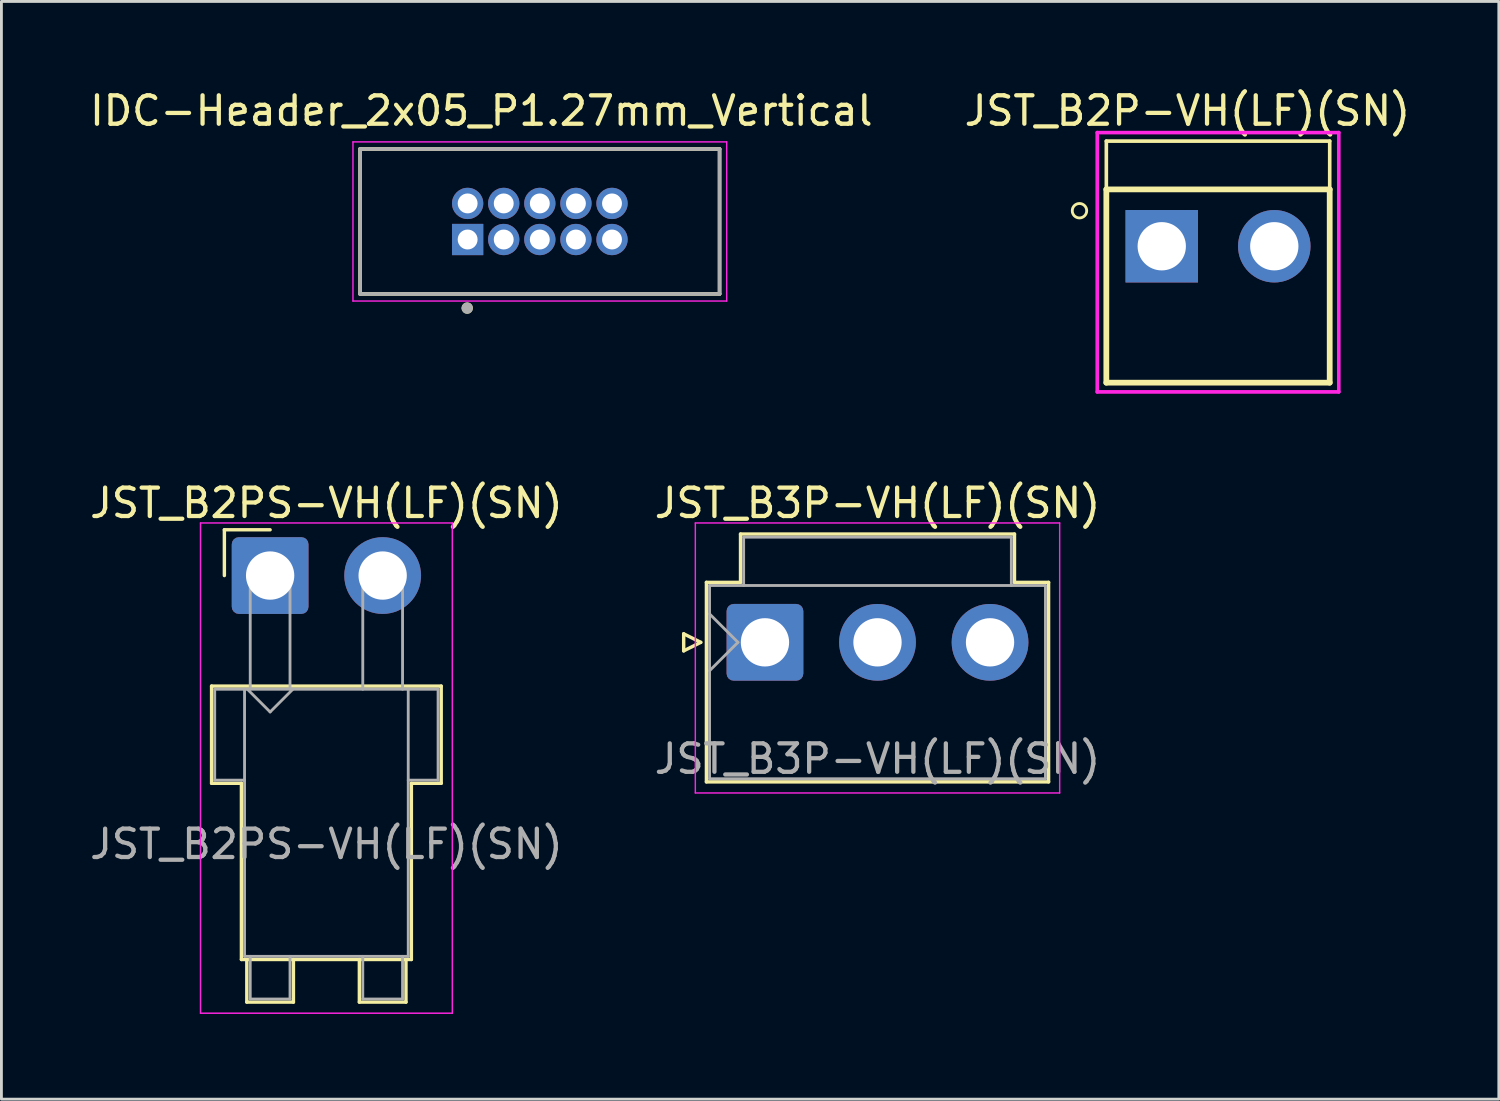
<source format=kicad_pcb>
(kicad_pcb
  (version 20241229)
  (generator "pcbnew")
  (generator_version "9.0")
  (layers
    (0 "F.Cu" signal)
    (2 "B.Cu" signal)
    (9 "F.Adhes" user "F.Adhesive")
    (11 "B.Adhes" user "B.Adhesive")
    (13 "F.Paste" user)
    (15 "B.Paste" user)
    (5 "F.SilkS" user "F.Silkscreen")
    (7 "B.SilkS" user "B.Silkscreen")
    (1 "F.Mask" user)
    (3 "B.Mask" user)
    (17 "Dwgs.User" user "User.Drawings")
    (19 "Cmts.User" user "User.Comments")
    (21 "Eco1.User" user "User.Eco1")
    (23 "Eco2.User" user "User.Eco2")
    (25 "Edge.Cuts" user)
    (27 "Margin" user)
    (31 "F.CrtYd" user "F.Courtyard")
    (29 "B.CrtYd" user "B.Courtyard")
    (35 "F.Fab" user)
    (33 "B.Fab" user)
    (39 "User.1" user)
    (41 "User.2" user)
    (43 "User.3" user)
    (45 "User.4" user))
  (footprint "JST_B3P-VH(LF)(SN)"
    (layer "F.Cu")
    (at 23.867 19.552)
    (property "Reference" "JST_B3P-VH(LF)(SN)" (at 3.96 -4.9 0) (layer "F.SilkS") (effects (font (size 1 1) (thickness 0.15))))
    (attr through_hole)
    (fp_line (start -2.86 -0.3) (end -2.26 0) (stroke (width 0.12) (type solid)) (layer "F.SilkS"))
    (fp_line (start -2.86 0.3) (end -2.86 -0.3) (stroke (width 0.12) (type solid)) (layer "F.SilkS"))
    (fp_line (start -2.26 0) (end -2.86 0.3) (stroke (width 0.12) (type solid)) (layer "F.SilkS"))
    (fp_line (start -2.06 -2.11) (end -0.86 -2.11) (stroke (width 0.12) (type solid)) (layer "F.SilkS"))
    (fp_line (start -2.06 4.91) (end -2.06 -2.11) (stroke (width 0.12) (type solid)) (layer "F.SilkS"))
    (fp_line (start -0.86 -3.81) (end 8.78 -3.81) (stroke (width 0.12) (type solid)) (layer "F.SilkS"))
    (fp_line (start -0.86 -2.11) (end -0.86 -3.81) (stroke (width 0.12) (type solid)) (layer "F.SilkS"))
    (fp_line (start 8.78 -3.81) (end 8.78 -2.11) (stroke (width 0.12) (type solid)) (layer "F.SilkS"))
    (fp_line (start 8.78 -2.11) (end 9.98 -2.11) (stroke (width 0.12) (type solid)) (layer "F.SilkS"))
    (fp_line (start 9.98 -2.11) (end 9.98 4.91) (stroke (width 0.12) (type solid)) (layer "F.SilkS"))
    (fp_line (start 9.98 4.91) (end -2.06 4.91) (stroke (width 0.12) (type solid)) (layer "F.SilkS"))
    (fp_line (start -2.45 -4.2) (end -2.45 5.3) (stroke (width 0.05) (type solid)) (layer "F.CrtYd"))
    (fp_line (start -2.45 5.3) (end 10.37 5.3) (stroke (width 0.05) (type solid)) (layer "F.CrtYd"))
    (fp_line (start 10.37 -4.2) (end -2.45 -4.2) (stroke (width 0.05) (type solid)) (layer "F.CrtYd"))
    (fp_line (start 10.37 5.3) (end 10.37 -4.2) (stroke (width 0.05) (type solid)) (layer "F.CrtYd"))
    (fp_line (start -1.95 -2) (end -1.95 4.8) (stroke (width 0.1) (type solid)) (layer "F.Fab"))
    (fp_line (start -1.95 -1) (end -0.95 0) (stroke (width 0.1) (type solid)) (layer "F.Fab"))
    (fp_line (start -1.95 1) (end -0.95 0) (stroke (width 0.1) (type solid)) (layer "F.Fab"))
    (fp_line (start -1.95 4.8) (end 9.87 4.8) (stroke (width 0.1) (type solid)) (layer "F.Fab"))
    (fp_line (start -0.75 -3.7) (end 8.67 -3.7) (stroke (width 0.1) (type solid)) (layer "F.Fab"))
    (fp_line (start -0.75 -2) (end -0.75 -3.7) (stroke (width 0.1) (type solid)) (layer "F.Fab"))
    (fp_line (start 8.67 -3.7) (end 8.67 -2) (stroke (width 0.1) (type solid)) (layer "F.Fab"))
    (fp_line (start 9.87 -2) (end -1.95 -2) (stroke (width 0.1) (type solid)) (layer "F.Fab"))
    (fp_line (start 9.87 4.8) (end 9.87 -2) (stroke (width 0.1) (type solid)) (layer "F.Fab"))
    (fp_text user "${REFERENCE}" (at 3.96 4.1 0) (layer "F.Fab") (effects (font (size 1 1) (thickness 0.15))))
    (pad "1" thru_hole roundrect (at 0 0) (size 2.7 2.7) (drill 1.7) (layers "*.Cu" "*.Mask") (roundrect_rratio 0.093))
    (pad "2" thru_hole circle (at 3.96 0) (size 2.7 2.7) (drill 1.7) (layers "*.Cu" "*.Mask"))
    (pad "3" thru_hole circle (at 7.92 0) (size 2.7 2.7) (drill 1.7) (layers "*.Cu" "*.Mask")))
  (footprint "JST_B2PS-VH(LF)(SN)"
    (layer "F.Cu")
    (at 6.455 17.202)
    (property "Reference" "JST_B2PS-VH(LF)(SN)" (at 1.98 -2.55 0) (layer "F.SilkS") (effects (font (size 1 1) (thickness 0.15))))
    (attr through_hole)
    (fp_line (start -2.06 3.89) (end 6.02 3.89) (stroke (width 0.12) (type solid)) (layer "F.SilkS"))
    (fp_line (start -2.06 7.31) (end -2.06 3.89) (stroke (width 0.12) (type solid)) (layer "F.SilkS"))
    (fp_line (start -1.61 -1.61) (end -1.61 0) (stroke (width 0.12) (type solid)) (layer "F.SilkS"))
    (fp_line (start -1.01 7.31) (end -2.06 7.31) (stroke (width 0.12) (type solid)) (layer "F.SilkS"))
    (fp_line (start -1.01 13.51) (end -1.01 7.31) (stroke (width 0.12) (type solid)) (layer "F.SilkS"))
    (fp_line (start -0.82 13.51) (end -0.82 15.01) (stroke (width 0.12) (type solid)) (layer "F.SilkS"))
    (fp_line (start -0.82 15.01) (end 0.82 15.01) (stroke (width 0.12) (type solid)) (layer "F.SilkS"))
    (fp_line (start 0 -1.61) (end -1.61 -1.61) (stroke (width 0.12) (type solid)) (layer "F.SilkS"))
    (fp_line (start 0.82 15.01) (end 0.82 13.51) (stroke (width 0.12) (type solid)) (layer "F.SilkS"))
    (fp_line (start 3.14 13.51) (end 3.14 15.01) (stroke (width 0.12) (type solid)) (layer "F.SilkS"))
    (fp_line (start 3.14 15.01) (end 4.78 15.01) (stroke (width 0.12) (type solid)) (layer "F.SilkS"))
    (fp_line (start 4.78 15.01) (end 4.78 13.51) (stroke (width 0.12) (type solid)) (layer "F.SilkS"))
    (fp_line (start 4.97 7.31) (end 4.97 13.51) (stroke (width 0.12) (type solid)) (layer "F.SilkS"))
    (fp_line (start 4.97 13.51) (end -1.01 13.51) (stroke (width 0.12) (type solid)) (layer "F.SilkS"))
    (fp_line (start 6.02 3.89) (end 6.02 7.31) (stroke (width 0.12) (type solid)) (layer "F.SilkS"))
    (fp_line (start 6.02 7.31) (end 4.97 7.31) (stroke (width 0.12) (type solid)) (layer "F.SilkS"))
    (fp_line (start -2.45 -1.85) (end -2.45 15.4) (stroke (width 0.05) (type solid)) (layer "F.CrtYd"))
    (fp_line (start -2.45 15.4) (end 6.41 15.4) (stroke (width 0.05) (type solid)) (layer "F.CrtYd"))
    (fp_line (start 6.41 -1.85) (end -2.45 -1.85) (stroke (width 0.05) (type solid)) (layer "F.CrtYd"))
    (fp_line (start 6.41 15.4) (end 6.41 -1.85) (stroke (width 0.05) (type solid)) (layer "F.CrtYd"))
    (fp_line (start -1.95 4) (end -0.9 4) (stroke (width 0.1) (type solid)) (layer "F.Fab"))
    (fp_line (start -1.95 7.2) (end -1.95 4) (stroke (width 0.1) (type solid)) (layer "F.Fab"))
    (fp_line (start -0.9 4) (end -0.9 13.4) (stroke (width 0.1) (type solid)) (layer "F.Fab"))
    (fp_line (start -0.9 7.2) (end -1.95 7.2) (stroke (width 0.1) (type solid)) (layer "F.Fab"))
    (fp_line (start -0.9 13.4) (end 4.86 13.4) (stroke (width 0.1) (type solid)) (layer "F.Fab"))
    (fp_line (start -0.8 4) (end 0 4.8) (stroke (width 0.1) (type solid)) (layer "F.Fab"))
    (fp_line (start -0.7 0) (end 0.7 0) (stroke (width 0.1) (type solid)) (layer "F.Fab"))
    (fp_line (start -0.7 4) (end -0.7 0) (stroke (width 0.1) (type solid)) (layer "F.Fab"))
    (fp_line (start -0.7 13.4) (end -0.7 14.9) (stroke (width 0.1) (type solid)) (layer "F.Fab"))
    (fp_line (start -0.7 14.9) (end 0.7 14.9) (stroke (width 0.1) (type solid)) (layer "F.Fab"))
    (fp_line (start 0 4.8) (end 0.8 4) (stroke (width 0.1) (type solid)) (layer "F.Fab"))
    (fp_line (start 0.7 0) (end 0.7 4) (stroke (width 0.1) (type solid)) (layer "F.Fab"))
    (fp_line (start 0.7 14.9) (end 0.7 13.4) (stroke (width 0.1) (type solid)) (layer "F.Fab"))
    (fp_line (start 3.26 0) (end 4.66 0) (stroke (width 0.1) (type solid)) (layer "F.Fab"))
    (fp_line (start 3.26 4) (end 3.26 0) (stroke (width 0.1) (type solid)) (layer "F.Fab"))
    (fp_line (start 3.26 13.4) (end 3.26 14.9) (stroke (width 0.1) (type solid)) (layer "F.Fab"))
    (fp_line (start 3.26 14.9) (end 4.66 14.9) (stroke (width 0.1) (type solid)) (layer "F.Fab"))
    (fp_line (start 4.66 0) (end 4.66 4) (stroke (width 0.1) (type solid)) (layer "F.Fab"))
    (fp_line (start 4.66 14.9) (end 4.66 13.4) (stroke (width 0.1) (type solid)) (layer "F.Fab"))
    (fp_line (start 4.86 4) (end -0.9 4) (stroke (width 0.1) (type solid)) (layer "F.Fab"))
    (fp_line (start 4.86 4) (end 5.91 4) (stroke (width 0.1) (type solid)) (layer "F.Fab"))
    (fp_line (start 4.86 13.4) (end 4.86 4) (stroke (width 0.1) (type solid)) (layer "F.Fab"))
    (fp_line (start 5.91 4) (end 5.91 7.2) (stroke (width 0.1) (type solid)) (layer "F.Fab"))
    (fp_line (start 5.91 7.2) (end 4.86 7.2) (stroke (width 0.1) (type solid)) (layer "F.Fab"))
    (fp_text user "${REFERENCE}" (at 1.98 9.45 0) (layer "F.Fab") (effects (font (size 1 1) (thickness 0.15))))
    (pad "1" thru_hole roundrect (at 0 0) (size 2.7 2.7) (drill 1.7) (layers "*.Cu" "*.Mask") (roundrect_rratio 0.093))
    (pad "2" thru_hole circle (at 3.96 0) (size 2.7 2.7) (drill 1.7) (layers "*.Cu" "*.Mask")))
  (footprint "IDC-Header_2x05_P1.27mm_Vertical"
    (layer "F.Cu")
    (at 15.945 4.743)
    (property "Reference" "IDC-Header_2x05_P1.27mm_Vertical" (at -2.058 -3.894 0) (layer "F.SilkS") (effects (font (size 1 1) (thickness 0.15))))
    (attr through_hole allow_soldermask_bridges)
    (fp_line (start -6.325 -2.55) (end 6.325 -2.55) (stroke (width 0.127) (type solid)) (layer "F.SilkS"))
    (fp_line (start -6.325 2.55) (end -6.325 -2.55) (stroke (width 0.127) (type solid)) (layer "F.SilkS"))
    (fp_line (start 6.325 -2.55) (end 6.325 2.55) (stroke (width 0.127) (type solid)) (layer "F.SilkS"))
    (fp_line (start 6.325 2.55) (end -6.325 2.55) (stroke (width 0.127) (type solid)) (layer "F.SilkS"))
    (fp_circle (center -2.555 3.048) (end -2.455 3.048) (stroke (width 0.2) (type solid)) (fill no) (layer "F.SilkS"))
    (fp_line (start -6.575 -2.8) (end 6.575 -2.8) (stroke (width 0.05) (type solid)) (layer "F.CrtYd"))
    (fp_line (start -6.575 2.8) (end -6.575 -2.8) (stroke (width 0.05) (type solid)) (layer "F.CrtYd"))
    (fp_line (start 6.575 -2.8) (end 6.575 2.8) (stroke (width 0.05) (type solid)) (layer "F.CrtYd"))
    (fp_line (start 6.575 2.8) (end -6.575 2.8) (stroke (width 0.05) (type solid)) (layer "F.CrtYd"))
    (fp_line (start -6.325 -2.55) (end 6.325 -2.55) (stroke (width 0.127) (type solid)) (layer "F.Fab"))
    (fp_line (start -6.325 2.55) (end -6.325 -2.55) (stroke (width 0.127) (type solid)) (layer "F.Fab"))
    (fp_line (start 6.325 -2.55) (end 6.325 2.55) (stroke (width 0.127) (type solid)) (layer "F.Fab"))
    (fp_line (start 6.325 2.55) (end -6.325 2.55) (stroke (width 0.127) (type solid)) (layer "F.Fab"))
    (fp_circle (center -2.555 3.048) (end -2.455 3.048) (stroke (width 0.2) (type solid)) (fill no) (layer "F.Fab"))
    (pad "1" thru_hole rect (at -2.54 0.635) (size 1.1 1.1) (drill 0.7) (layers "*.Cu" "*.Mask"))
    (pad "2" thru_hole circle (at -2.54 -0.635) (size 1.1 1.1) (drill 0.7) (layers "*.Cu" "*.Mask"))
    (pad "3" thru_hole circle (at -1.27 0.635) (size 1.1 1.1) (drill 0.7) (layers "*.Cu" "*.Mask"))
    (pad "4" thru_hole circle (at -1.27 -0.635) (size 1.1 1.1) (drill 0.7) (layers "*.Cu" "*.Mask"))
    (pad "5" thru_hole circle (at 0 0.635) (size 1.1 1.1) (drill 0.7) (layers "*.Cu" "*.Mask"))
    (pad "6" thru_hole circle (at 0 -0.635) (size 1.1 1.1) (drill 0.7) (layers "*.Cu" "*.Mask"))
    (pad "7" thru_hole circle (at 1.27 0.635) (size 1.1 1.1) (drill 0.7) (layers "*.Cu" "*.Mask"))
    (pad "8" thru_hole circle (at 1.27 -0.635) (size 1.1 1.1) (drill 0.7) (layers "*.Cu" "*.Mask"))
    (pad "9" thru_hole circle (at 2.54 0.635) (size 1.1 1.1) (drill 0.7) (layers "*.Cu" "*.Mask"))
    (pad "10" thru_hole circle (at 2.54 -0.635) (size 1.1 1.1) (drill 0.7) (layers "*.Cu" "*.Mask")))
  (footprint "JST_B2P-VH(LF)(SN)"
    (layer "F.Cu")
    (at 39.809 5.615)
    (property "Reference" "JST_B2P-VH(LF)(SN)" (at -1.077 -4.767 0) (layer "F.SilkS") (effects (font (size 1 1) (thickness 0.15))))
    (attr through_hole)
    (fp_line (start -3.93 -3.7) (end 3.93 -3.7) (stroke (width 0.127) (type solid)) (layer "F.SilkS"))
    (fp_line (start -3.93 -2) (end -3.93 -3.7) (stroke (width 0.127) (type solid)) (layer "F.SilkS"))
    (fp_line (start -3.93 4.8) (end -3.93 -2) (stroke (width 0.203) (type solid)) (layer "F.SilkS"))
    (fp_line (start 3.93 -2) (end -3.93 -2) (stroke (width 0.203) (type solid)) (layer "F.SilkS"))
    (fp_line (start 3.93 -2) (end 3.93 -3.7) (stroke (width 0.127) (type solid)) (layer "F.SilkS"))
    (fp_line (start 3.93 -2) (end 3.93 4.8) (stroke (width 0.203) (type solid)) (layer "F.SilkS"))
    (fp_line (start 3.93 4.8) (end -3.93 4.8) (stroke (width 0.203) (type solid)) (layer "F.SilkS"))
    (fp_circle (center -4.875 -1.25) (end -4.621 -1.25) (stroke (width 0.1) (type solid)) (fill no) (layer "F.SilkS"))
    (fp_line (start -4.25 -4) (end 4.25 -4) (stroke (width 0.127) (type solid)) (layer "F.CrtYd"))
    (fp_line (start -4.25 5.125) (end -4.25 -4) (stroke (width 0.127) (type solid)) (layer "F.CrtYd"))
    (fp_line (start 4.25 -4) (end 4.25 5.125) (stroke (width 0.127) (type solid)) (layer "F.CrtYd"))
    (fp_line (start 4.25 5.125) (end -4.25 5.125) (stroke (width 0.127) (type solid)) (layer "F.CrtYd"))
    (pad "1" thru_hole rect (at -1.98 0) (size 2.55 2.55) (drill 1.7) (layers "*.Cu" "*.Mask"))
    (pad "2" thru_hole circle (at 1.98 0) (size 2.55 2.55) (drill 1.7) (layers "*.Cu" "*.Mask")))
  (gr_rect
    (start -3 -3)
    (end 49.69 35.627)
    (stroke (width 0.1) (type default))
    (fill no)
    (layer "Edge.Cuts")))
</source>
